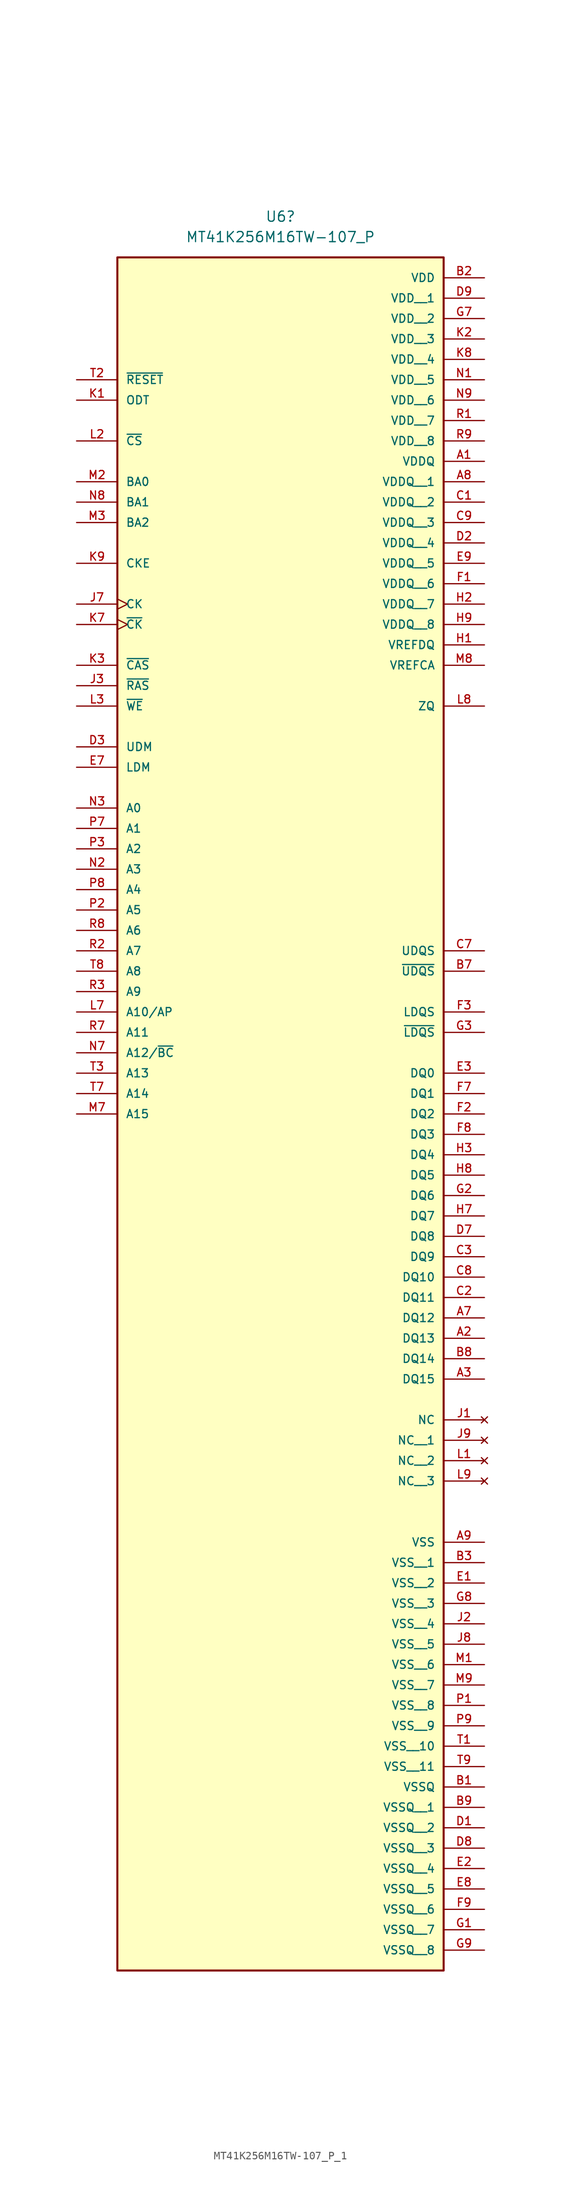
<source format=kicad_sym>
(kicad_symbol_lib
  (version 20231120)
  (generator "kicad_symbol_editor")
  (generator_version "8.0")
  (symbol "MT41K256M16TW-107_P_1"
    (pin_names
      (offset 1.016))
    (property "Reference" "U6"
      (at 0 60.96 0)
      (effects (font (size 1.27 1.27))))
    (property "Value" "MT41K256M16TW-107_P"
      (at 0 58.42 0)
      (effects (font (size 1.27 1.27))))
    (symbol "MT41K256M16TW-107_P_1_0_0"
      (rectangle (start -20.32 55.88) (end 20.32 -157.48) (stroke (width 0.254) (type default)) (fill (type background)))
      (pin power_in line (at 25.4 30.48 180) (length 5.08) (name "VDDQ" (effects (font (size 1.016 1.016)))) (number "A1" (effects (font (size 1.016 1.016)))))
      (pin bidirectional line (at 25.4 -78.74 180) (length 5.08) (name "DQ13" (effects (font (size 1.016 1.016)))) (number "A2" (effects (font (size 1.016 1.016)))))
      (pin bidirectional line (at 25.4 -83.82 180) (length 5.08) (name "DQ15" (effects (font (size 1.016 1.016)))) (number "A3" (effects (font (size 1.016 1.016)))))
      (pin bidirectional line (at 25.4 -76.2 180) (length 5.08) (name "DQ12" (effects (font (size 1.016 1.016)))) (number "A7" (effects (font (size 1.016 1.016)))))
      (pin power_in line (at 25.4 27.94 180) (length 5.08) (name "VDDQ__1" (effects (font (size 1.016 1.016)))) (number "A8" (effects (font (size 1.016 1.016)))))
      (pin power_in line (at 25.4 -104.14 180) (length 5.08) (name "VSS" (effects (font (size 1.016 1.016)))) (number "A9" (effects (font (size 1.016 1.016)))))
      (pin power_in line (at 25.4 -134.62 180) (length 5.08) (name "VSSQ" (effects (font (size 1.016 1.016)))) (number "B1" (effects (font (size 1.016 1.016)))))
      (pin power_in line (at 25.4 53.34 180) (length 5.08) (name "VDD" (effects (font (size 1.016 1.016)))) (number "B2" (effects (font (size 1.016 1.016)))))
      (pin power_in line (at 25.4 -106.68 180) (length 5.08) (name "VSS__1" (effects (font (size 1.016 1.016)))) (number "B3" (effects (font (size 1.016 1.016)))))
      (pin bidirectional line (at 25.4 -33.02 180) (length 5.08) (name "~{UDQS}" (effects (font (size 1.016 1.016)))) (number "B7" (effects (font (size 1.016 1.016)))))
      (pin bidirectional line (at 25.4 -81.28 180) (length 5.08) (name "DQ14" (effects (font (size 1.016 1.016)))) (number "B8" (effects (font (size 1.016 1.016)))))
      (pin power_in line (at 25.4 -137.16 180) (length 5.08) (name "VSSQ__1" (effects (font (size 1.016 1.016)))) (number "B9" (effects (font (size 1.016 1.016)))))
      (pin power_in line (at 25.4 25.4 180) (length 5.08) (name "VDDQ__2" (effects (font (size 1.016 1.016)))) (number "C1" (effects (font (size 1.016 1.016)))))
      (pin bidirectional line (at 25.4 -73.66 180) (length 5.08) (name "DQ11" (effects (font (size 1.016 1.016)))) (number "C2" (effects (font (size 1.016 1.016)))))
      (pin bidirectional line (at 25.4 -68.58 180) (length 5.08) (name "DQ9" (effects (font (size 1.016 1.016)))) (number "C3" (effects (font (size 1.016 1.016)))))
      (pin bidirectional line (at 25.4 -30.48 180) (length 5.08) (name "UDQS" (effects (font (size 1.016 1.016)))) (number "C7" (effects (font (size 1.016 1.016)))))
      (pin bidirectional line (at 25.4 -71.12 180) (length 5.08) (name "DQ10" (effects (font (size 1.016 1.016)))) (number "C8" (effects (font (size 1.016 1.016)))))
      (pin power_in line (at 25.4 22.86 180) (length 5.08) (name "VDDQ__3" (effects (font (size 1.016 1.016)))) (number "C9" (effects (font (size 1.016 1.016)))))
      (pin power_in line (at 25.4 -139.7 180) (length 5.08) (name "VSSQ__2" (effects (font (size 1.016 1.016)))) (number "D1" (effects (font (size 1.016 1.016)))))
      (pin power_in line (at 25.4 20.32 180) (length 5.08) (name "VDDQ__4" (effects (font (size 1.016 1.016)))) (number "D2" (effects (font (size 1.016 1.016)))))
      (pin input line (at -25.4 -5.08 0) (length 5.08) (name "UDM" (effects (font (size 1.016 1.016)))) (number "D3" (effects (font (size 1.016 1.016)))))
      (pin bidirectional line (at 25.4 -66.04 180) (length 5.08) (name "DQ8" (effects (font (size 1.016 1.016)))) (number "D7" (effects (font (size 1.016 1.016)))))
      (pin power_in line (at 25.4 -142.24 180) (length 5.08) (name "VSSQ__3" (effects (font (size 1.016 1.016)))) (number "D8" (effects (font (size 1.016 1.016)))))
      (pin power_in line (at 25.4 50.8 180) (length 5.08) (name "VDD__1" (effects (font (size 1.016 1.016)))) (number "D9" (effects (font (size 1.016 1.016)))))
      (pin power_in line (at 25.4 -109.22 180) (length 5.08) (name "VSS__2" (effects (font (size 1.016 1.016)))) (number "E1" (effects (font (size 1.016 1.016)))))
      (pin power_in line (at 25.4 -144.78 180) (length 5.08) (name "VSSQ__4" (effects (font (size 1.016 1.016)))) (number "E2" (effects (font (size 1.016 1.016)))))
      (pin bidirectional line (at 25.4 -45.72 180) (length 5.08) (name "DQ0" (effects (font (size 1.016 1.016)))) (number "E3" (effects (font (size 1.016 1.016)))))
      (pin input line (at -25.4 -7.62 0) (length 5.08) (name "LDM" (effects (font (size 1.016 1.016)))) (number "E7" (effects (font (size 1.016 1.016)))))
      (pin power_in line (at 25.4 -147.32 180) (length 5.08) (name "VSSQ__5" (effects (font (size 1.016 1.016)))) (number "E8" (effects (font (size 1.016 1.016)))))
      (pin power_in line (at 25.4 17.78 180) (length 5.08) (name "VDDQ__5" (effects (font (size 1.016 1.016)))) (number "E9" (effects (font (size 1.016 1.016)))))
      (pin power_in line (at 25.4 15.24 180) (length 5.08) (name "VDDQ__6" (effects (font (size 1.016 1.016)))) (number "F1" (effects (font (size 1.016 1.016)))))
      (pin bidirectional line (at 25.4 -50.8 180) (length 5.08) (name "DQ2" (effects (font (size 1.016 1.016)))) (number "F2" (effects (font (size 1.016 1.016)))))
      (pin bidirectional line (at 25.4 -38.1 180) (length 5.08) (name "LDQS" (effects (font (size 1.016 1.016)))) (number "F3" (effects (font (size 1.016 1.016)))))
      (pin bidirectional line (at 25.4 -48.26 180) (length 5.08) (name "DQ1" (effects (font (size 1.016 1.016)))) (number "F7" (effects (font (size 1.016 1.016)))))
      (pin bidirectional line (at 25.4 -53.34 180) (length 5.08) (name "DQ3" (effects (font (size 1.016 1.016)))) (number "F8" (effects (font (size 1.016 1.016)))))
      (pin power_in line (at 25.4 -149.86 180) (length 5.08) (name "VSSQ__6" (effects (font (size 1.016 1.016)))) (number "F9" (effects (font (size 1.016 1.016)))))
      (pin power_in line (at 25.4 -152.4 180) (length 5.08) (name "VSSQ__7" (effects (font (size 1.016 1.016)))) (number "G1" (effects (font (size 1.016 1.016)))))
      (pin bidirectional line (at 25.4 -60.96 180) (length 5.08) (name "DQ6" (effects (font (size 1.016 1.016)))) (number "G2" (effects (font (size 1.016 1.016)))))
      (pin bidirectional line (at 25.4 -40.64 180) (length 5.08) (name "~{LDQS}" (effects (font (size 1.016 1.016)))) (number "G3" (effects (font (size 1.016 1.016)))))
      (pin power_in line (at 25.4 48.26 180) (length 5.08) (name "VDD__2" (effects (font (size 1.016 1.016)))) (number "G7" (effects (font (size 1.016 1.016)))))
      (pin power_in line (at 25.4 -111.76 180) (length 5.08) (name "VSS__3" (effects (font (size 1.016 1.016)))) (number "G8" (effects (font (size 1.016 1.016)))))
      (pin power_in line (at 25.4 -154.94 180) (length 5.08) (name "VSSQ__8" (effects (font (size 1.016 1.016)))) (number "G9" (effects (font (size 1.016 1.016)))))
      (pin power_in line (at 25.4 7.62 180) (length 5.08) (name "VREFDQ" (effects (font (size 1.016 1.016)))) (number "H1" (effects (font (size 1.016 1.016)))))
      (pin power_in line (at 25.4 12.7 180) (length 5.08) (name "VDDQ__7" (effects (font (size 1.016 1.016)))) (number "H2" (effects (font (size 1.016 1.016)))))
      (pin bidirectional line (at 25.4 -55.88 180) (length 5.08) (name "DQ4" (effects (font (size 1.016 1.016)))) (number "H3" (effects (font (size 1.016 1.016)))))
      (pin bidirectional line (at 25.4 -63.5 180) (length 5.08) (name "DQ7" (effects (font (size 1.016 1.016)))) (number "H7" (effects (font (size 1.016 1.016)))))
      (pin bidirectional line (at 25.4 -58.42 180) (length 5.08) (name "DQ5" (effects (font (size 1.016 1.016)))) (number "H8" (effects (font (size 1.016 1.016)))))
      (pin power_in line (at 25.4 10.16 180) (length 5.08) (name "VDDQ__8" (effects (font (size 1.016 1.016)))) (number "H9" (effects (font (size 1.016 1.016)))))
      (pin no_connect line (at 25.4 -88.9 180) (length 5.08) (name "NC" (effects (font (size 1.016 1.016)))) (number "J1" (effects (font (size 1.016 1.016)))))
      (pin power_in line (at 25.4 -114.3 180) (length 5.08) (name "VSS__4" (effects (font (size 1.016 1.016)))) (number "J2" (effects (font (size 1.016 1.016)))))
      (pin input line (at -25.4 2.54 0) (length 5.08) (name "~{RAS}" (effects (font (size 1.016 1.016)))) (number "J3" (effects (font (size 1.016 1.016)))))
      (pin input clock (at -25.4 12.7 0) (length 5.08) (name "CK" (effects (font (size 1.016 1.016)))) (number "J7" (effects (font (size 1.016 1.016)))))
      (pin power_in line (at 25.4 -116.84 180) (length 5.08) (name "VSS__5" (effects (font (size 1.016 1.016)))) (number "J8" (effects (font (size 1.016 1.016)))))
      (pin no_connect line (at 25.4 -91.44 180) (length 5.08) (name "NC__1" (effects (font (size 1.016 1.016)))) (number "J9" (effects (font (size 1.016 1.016)))))
      (pin input line (at -25.4 38.1 0) (length 5.08) (name "ODT" (effects (font (size 1.016 1.016)))) (number "K1" (effects (font (size 1.016 1.016)))))
      (pin power_in line (at 25.4 45.72 180) (length 5.08) (name "VDD__3" (effects (font (size 1.016 1.016)))) (number "K2" (effects (font (size 1.016 1.016)))))
      (pin input line (at -25.4 5.08 0) (length 5.08) (name "~{CAS}" (effects (font (size 1.016 1.016)))) (number "K3" (effects (font (size 1.016 1.016)))))
      (pin input clock (at -25.4 10.16 0) (length 5.08) (name "~{CK}" (effects (font (size 1.016 1.016)))) (number "K7" (effects (font (size 1.016 1.016)))))
      (pin power_in line (at 25.4 43.18 180) (length 5.08) (name "VDD__4" (effects (font (size 1.016 1.016)))) (number "K8" (effects (font (size 1.016 1.016)))))
      (pin input line (at -25.4 17.78 0) (length 5.08) (name "CKE" (effects (font (size 1.016 1.016)))) (number "K9" (effects (font (size 1.016 1.016)))))
      (pin no_connect line (at 25.4 -93.98 180) (length 5.08) (name "NC__2" (effects (font (size 1.016 1.016)))) (number "L1" (effects (font (size 1.016 1.016)))))
      (pin input line (at -25.4 33.02 0) (length 5.08) (name "~{CS}" (effects (font (size 1.016 1.016)))) (number "L2" (effects (font (size 1.016 1.016)))))
      (pin input line (at -25.4 0 0) (length 5.08) (name "~{WE}" (effects (font (size 1.016 1.016)))) (number "L3" (effects (font (size 1.016 1.016)))))
      (pin input line (at -25.4 -38.1 0) (length 5.08) (name "A10/AP" (effects (font (size 1.016 1.016)))) (number "L7" (effects (font (size 1.016 1.016)))))
      (pin output line (at 25.4 0 180) (length 5.08) (name "ZQ" (effects (font (size 1.016 1.016)))) (number "L8" (effects (font (size 1.016 1.016)))))
      (pin no_connect line (at 25.4 -96.52 180) (length 5.08) (name "NC__3" (effects (font (size 1.016 1.016)))) (number "L9" (effects (font (size 1.016 1.016)))))
      (pin power_in line (at 25.4 -119.38 180) (length 5.08) (name "VSS__6" (effects (font (size 1.016 1.016)))) (number "M1" (effects (font (size 1.016 1.016)))))
      (pin input line (at -25.4 27.94 0) (length 5.08) (name "BA0" (effects (font (size 1.016 1.016)))) (number "M2" (effects (font (size 1.016 1.016)))))
      (pin input line (at -25.4 22.86 0) (length 5.08) (name "BA2" (effects (font (size 1.016 1.016)))) (number "M3" (effects (font (size 1.016 1.016)))))
      (pin power_in line (at 25.4 5.08 180) (length 5.08) (name "VREFCA" (effects (font (size 1.016 1.016)))) (number "M8" (effects (font (size 1.016 1.016)))))
      (pin power_in line (at 25.4 -121.92 180) (length 5.08) (name "VSS__7" (effects (font (size 1.016 1.016)))) (number "M9" (effects (font (size 1.016 1.016)))))
      (pin power_in line (at 25.4 40.64 180) (length 5.08) (name "VDD__5" (effects (font (size 1.016 1.016)))) (number "N1" (effects (font (size 1.016 1.016)))))
      (pin input line (at -25.4 -20.32 0) (length 5.08) (name "A3" (effects (font (size 1.016 1.016)))) (number "N2" (effects (font (size 1.016 1.016)))))
      (pin input line (at -25.4 -12.7 0) (length 5.08) (name "A0" (effects (font (size 1.016 1.016)))) (number "N3" (effects (font (size 1.016 1.016)))))
      (pin input line (at -25.4 -43.18 0) (length 5.08) (name "A12/~{BC}" (effects (font (size 1.016 1.016)))) (number "N7" (effects (font (size 1.016 1.016)))))
      (pin input line (at -25.4 25.4 0) (length 5.08) (name "BA1" (effects (font (size 1.016 1.016)))) (number "N8" (effects (font (size 1.016 1.016)))))
      (pin power_in line (at 25.4 38.1 180) (length 5.08) (name "VDD__6" (effects (font (size 1.016 1.016)))) (number "N9" (effects (font (size 1.016 1.016)))))
      (pin power_in line (at 25.4 -124.46 180) (length 5.08) (name "VSS__8" (effects (font (size 1.016 1.016)))) (number "P1" (effects (font (size 1.016 1.016)))))
      (pin input line (at -25.4 -25.4 0) (length 5.08) (name "A5" (effects (font (size 1.016 1.016)))) (number "P2" (effects (font (size 1.016 1.016)))))
      (pin input line (at -25.4 -17.78 0) (length 5.08) (name "A2" (effects (font (size 1.016 1.016)))) (number "P3" (effects (font (size 1.016 1.016)))))
      (pin input line (at -25.4 -15.24 0) (length 5.08) (name "A1" (effects (font (size 1.016 1.016)))) (number "P7" (effects (font (size 1.016 1.016)))))
      (pin input line (at -25.4 -22.86 0) (length 5.08) (name "A4" (effects (font (size 1.016 1.016)))) (number "P8" (effects (font (size 1.016 1.016)))))
      (pin power_in line (at 25.4 -127 180) (length 5.08) (name "VSS__9" (effects (font (size 1.016 1.016)))) (number "P9" (effects (font (size 1.016 1.016)))))
      (pin power_in line (at 25.4 35.56 180) (length 5.08) (name "VDD__7" (effects (font (size 1.016 1.016)))) (number "R1" (effects (font (size 1.016 1.016)))))
      (pin input line (at -25.4 -30.48 0) (length 5.08) (name "A7" (effects (font (size 1.016 1.016)))) (number "R2" (effects (font (size 1.016 1.016)))))
      (pin input line (at -25.4 -35.56 0) (length 5.08) (name "A9" (effects (font (size 1.016 1.016)))) (number "R3" (effects (font (size 1.016 1.016)))))
      (pin input line (at -25.4 -40.64 0) (length 5.08) (name "A11" (effects (font (size 1.016 1.016)))) (number "R7" (effects (font (size 1.016 1.016)))))
      (pin input line (at -25.4 -27.94 0) (length 5.08) (name "A6" (effects (font (size 1.016 1.016)))) (number "R8" (effects (font (size 1.016 1.016)))))
      (pin power_in line (at 25.4 33.02 180) (length 5.08) (name "VDD__8" (effects (font (size 1.016 1.016)))) (number "R9" (effects (font (size 1.016 1.016)))))
      (pin power_in line (at 25.4 -129.54 180) (length 5.08) (name "VSS__10" (effects (font (size 1.016 1.016)))) (number "T1" (effects (font (size 1.016 1.016)))))
      (pin input line (at -25.4 40.64 0) (length 5.08) (name "~{RESET}" (effects (font (size 1.016 1.016)))) (number "T2" (effects (font (size 1.016 1.016)))))
      (pin input line (at -25.4 -45.72 0) (length 5.08) (name "A13" (effects (font (size 1.016 1.016)))) (number "T3" (effects (font (size 1.016 1.016)))))
      (pin input line (at -25.4 -48.26 0) (length 5.08) (name "A14" (effects (font (size 1.016 1.016)))) (number "T7" (effects (font (size 1.016 1.016)))))
      (pin input line (at -25.4 -33.02 0) (length 5.08) (name "A8" (effects (font (size 1.016 1.016)))) (number "T8" (effects (font (size 1.016 1.016)))))
      (pin power_in line (at 25.4 -132.08 180) (length 5.08) (name "VSS__11" (effects (font (size 1.016 1.016)))) (number "T9" (effects (font (size 1.016 1.016))))))
    (symbol "MT41K256M16TW-107_P_1_1_0"
      (pin input line (at -25.4 -50.8 0) (length 5.08) (name "A15" (effects (font (size 1.016 1.016)))) (number "M7" (effects (font (size 1.016 1.016))))))))
</source>
